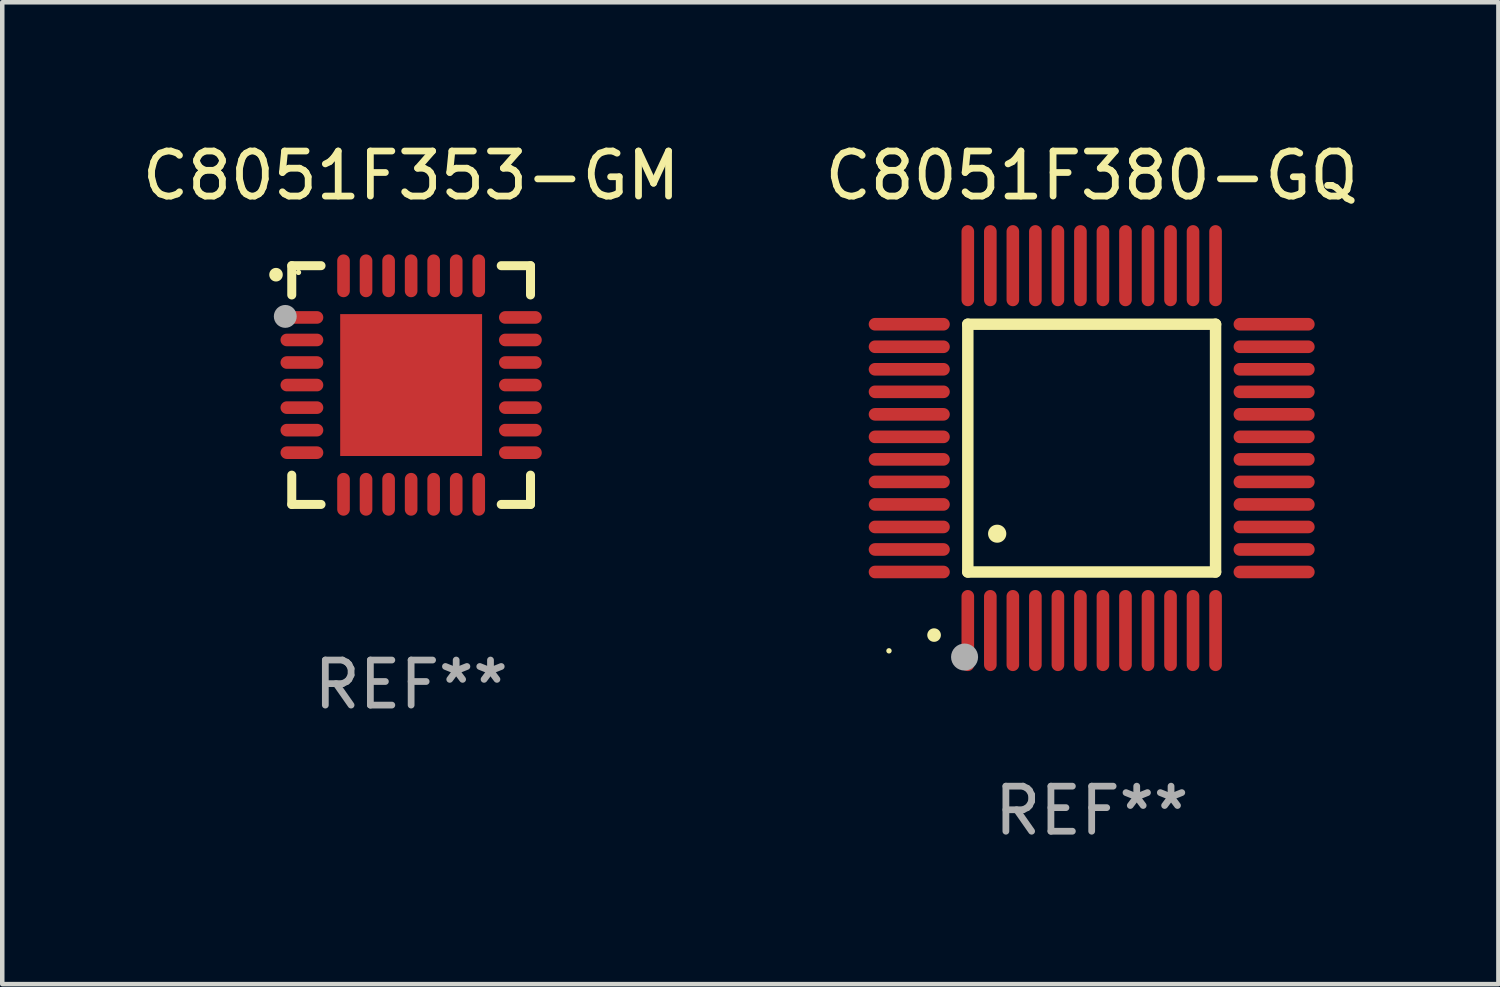
<source format=kicad_pcb>
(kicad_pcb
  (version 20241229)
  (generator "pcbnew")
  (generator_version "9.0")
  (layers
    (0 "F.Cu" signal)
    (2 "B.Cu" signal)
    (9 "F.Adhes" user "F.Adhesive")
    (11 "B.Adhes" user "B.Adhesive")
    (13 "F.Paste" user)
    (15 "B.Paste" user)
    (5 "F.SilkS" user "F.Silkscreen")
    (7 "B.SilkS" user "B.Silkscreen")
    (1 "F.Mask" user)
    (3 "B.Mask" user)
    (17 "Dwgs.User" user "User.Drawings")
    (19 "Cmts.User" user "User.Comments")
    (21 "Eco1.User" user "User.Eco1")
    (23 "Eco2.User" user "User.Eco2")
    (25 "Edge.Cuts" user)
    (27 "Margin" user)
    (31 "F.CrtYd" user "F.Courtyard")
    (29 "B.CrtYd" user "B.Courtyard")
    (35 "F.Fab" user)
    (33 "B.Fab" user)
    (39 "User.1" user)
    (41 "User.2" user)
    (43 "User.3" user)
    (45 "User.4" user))
  (footprint "C8051F380-GQ"
    (layer "F.Cu")
    (at 21.185 6.898)
    (property "Reference" "C8051F380-GQ" (at 0 -6.05 0) (layer "F.SilkS") (effects (font (size 1 1) (thickness 0.15))))
    (attr through_hole)
    (fp_line (start -2.75 -2.75) (end 2.75 -2.75) (stroke (width 0.254) (type solid)) (layer "F.SilkS"))
    (fp_line (start -2.75 2.75) (end -2.75 -2.75) (stroke (width 0.254) (type solid)) (layer "F.SilkS"))
    (fp_line (start 2.75 -2.75) (end 2.75 2.75) (stroke (width 0.254) (type solid)) (layer "F.SilkS"))
    (fp_line (start 2.75 2.75) (end -2.75 2.75) (stroke (width 0.254) (type solid)) (layer "F.SilkS"))
    (fp_arc (start -3.500127 4.150368) (mid -3.498857 4.150363) (end -3.497587 4.150368) (stroke (width 0.3) (type solid)) (layer "F.SilkS"))
    (fp_arc (start -2.100584 1.899924) (mid -2.098044 1.899908) (end -2.095504 1.899924) (stroke (width 0.4) (type solid)) (layer "F.SilkS"))
    (fp_circle (center -4.5 4.5) (end -4.47 4.5) (stroke (width 0.06) (type solid)) (fill no) (layer "F.SilkS"))
    (fp_circle (center -2.822 4.638) (end -2.672 4.638) (stroke (width 0.3) (type solid)) (fill no) (layer "F.Fab"))
    (fp_text user "REF**" (at 0 8.05 0) (layer "F.Fab") (effects (font (size 1 1) (thickness 0.15))))
    (pad "1" smd oval (at -2.75 4.05) (size 0.28 1.8) (layers "F.Cu" "F.Mask" "F.Paste"))
    (pad "2" smd oval (at -2.25 4.05) (size 0.28 1.8) (layers "F.Cu" "F.Mask" "F.Paste"))
    (pad "3" smd oval (at -1.75 4.05) (size 0.28 1.8) (layers "F.Cu" "F.Mask" "F.Paste"))
    (pad "4" smd oval (at -1.25 4.05) (size 0.28 1.8) (layers "F.Cu" "F.Mask" "F.Paste"))
    (pad "5" smd oval (at -0.75 4.05) (size 0.28 1.8) (layers "F.Cu" "F.Mask" "F.Paste"))
    (pad "6" smd oval (at -0.25 4.05) (size 0.28 1.8) (layers "F.Cu" "F.Mask" "F.Paste"))
    (pad "7" smd oval (at 0.25 4.05) (size 0.28 1.8) (layers "F.Cu" "F.Mask" "F.Paste"))
    (pad "8" smd oval (at 0.75 4.05) (size 0.28 1.8) (layers "F.Cu" "F.Mask" "F.Paste"))
    (pad "9" smd oval (at 1.25 4.05) (size 0.28 1.8) (layers "F.Cu" "F.Mask" "F.Paste"))
    (pad "10" smd oval (at 1.75 4.05) (size 0.28 1.8) (layers "F.Cu" "F.Mask" "F.Paste"))
    (pad "11" smd oval (at 2.25 4.05) (size 0.28 1.8) (layers "F.Cu" "F.Mask" "F.Paste"))
    (pad "12" smd oval (at 2.75 4.05) (size 0.28 1.8) (layers "F.Cu" "F.Mask" "F.Paste"))
    (pad "13" smd oval (at 4.05 2.75) (size 1.8 0.28) (layers "F.Cu" "F.Mask" "F.Paste"))
    (pad "14" smd oval (at 4.05 2.25) (size 1.8 0.28) (layers "F.Cu" "F.Mask" "F.Paste"))
    (pad "15" smd oval (at 4.05 1.75) (size 1.8 0.28) (layers "F.Cu" "F.Mask" "F.Paste"))
    (pad "16" smd oval (at 4.05 1.25) (size 1.8 0.28) (layers "F.Cu" "F.Mask" "F.Paste"))
    (pad "17" smd oval (at 4.05 0.75) (size 1.8 0.28) (layers "F.Cu" "F.Mask" "F.Paste"))
    (pad "18" smd oval (at 4.05 0.25) (size 1.8 0.28) (layers "F.Cu" "F.Mask" "F.Paste"))
    (pad "19" smd oval (at 4.05 -0.25) (size 1.8 0.28) (layers "F.Cu" "F.Mask" "F.Paste"))
    (pad "20" smd oval (at 4.05 -0.75) (size 1.8 0.28) (layers "F.Cu" "F.Mask" "F.Paste"))
    (pad "21" smd oval (at 4.05 -1.25) (size 1.8 0.28) (layers "F.Cu" "F.Mask" "F.Paste"))
    (pad "22" smd oval (at 4.05 -1.75) (size 1.8 0.28) (layers "F.Cu" "F.Mask" "F.Paste"))
    (pad "23" smd oval (at 4.05 -2.25) (size 1.8 0.28) (layers "F.Cu" "F.Mask" "F.Paste"))
    (pad "24" smd oval (at 4.05 -2.75) (size 1.8 0.28) (layers "F.Cu" "F.Mask" "F.Paste"))
    (pad "25" smd oval (at 2.75 -4.05) (size 0.28 1.8) (layers "F.Cu" "F.Mask" "F.Paste"))
    (pad "26" smd oval (at 2.25 -4.05) (size 0.28 1.8) (layers "F.Cu" "F.Mask" "F.Paste"))
    (pad "27" smd oval (at 1.75 -4.05) (size 0.28 1.8) (layers "F.Cu" "F.Mask" "F.Paste"))
    (pad "28" smd oval (at 1.25 -4.05) (size 0.28 1.8) (layers "F.Cu" "F.Mask" "F.Paste"))
    (pad "29" smd oval (at 0.75 -4.05) (size 0.28 1.8) (layers "F.Cu" "F.Mask" "F.Paste"))
    (pad "30" smd oval (at 0.25 -4.05) (size 0.28 1.8) (layers "F.Cu" "F.Mask" "F.Paste"))
    (pad "31" smd oval (at -0.25 -4.05) (size 0.28 1.8) (layers "F.Cu" "F.Mask" "F.Paste"))
    (pad "32" smd oval (at -0.75 -4.05) (size 0.28 1.8) (layers "F.Cu" "F.Mask" "F.Paste"))
    (pad "33" smd oval (at -1.25 -4.05) (size 0.28 1.8) (layers "F.Cu" "F.Mask" "F.Paste"))
    (pad "34" smd oval (at -1.75 -4.05) (size 0.28 1.8) (layers "F.Cu" "F.Mask" "F.Paste"))
    (pad "35" smd oval (at -2.25 -4.05) (size 0.28 1.8) (layers "F.Cu" "F.Mask" "F.Paste"))
    (pad "36" smd oval (at -2.75 -4.05) (size 0.28 1.8) (layers "F.Cu" "F.Mask" "F.Paste"))
    (pad "37" smd oval (at -4.05 -2.75) (size 1.8 0.28) (layers "F.Cu" "F.Mask" "F.Paste"))
    (pad "38" smd oval (at -4.05 -2.25) (size 1.8 0.28) (layers "F.Cu" "F.Mask" "F.Paste"))
    (pad "39" smd oval (at -4.05 -1.75) (size 1.8 0.28) (layers "F.Cu" "F.Mask" "F.Paste"))
    (pad "40" smd oval (at -4.05 -1.25) (size 1.8 0.28) (layers "F.Cu" "F.Mask" "F.Paste"))
    (pad "41" smd oval (at -4.05 -0.75) (size 1.8 0.28) (layers "F.Cu" "F.Mask" "F.Paste"))
    (pad "42" smd oval (at -4.05 -0.25) (size 1.8 0.28) (layers "F.Cu" "F.Mask" "F.Paste"))
    (pad "43" smd oval (at -4.05 0.25) (size 1.8 0.28) (layers "F.Cu" "F.Mask" "F.Paste"))
    (pad "44" smd oval (at -4.05 0.75) (size 1.8 0.28) (layers "F.Cu" "F.Mask" "F.Paste"))
    (pad "45" smd oval (at -4.05 1.25) (size 1.8 0.28) (layers "F.Cu" "F.Mask" "F.Paste"))
    (pad "46" smd oval (at -4.05 1.75) (size 1.8 0.28) (layers "F.Cu" "F.Mask" "F.Paste"))
    (pad "47" smd oval (at -4.05 2.25) (size 1.8 0.28) (layers "F.Cu" "F.Mask" "F.Paste"))
    (pad "48" smd oval (at -4.05 2.75) (size 1.8 0.28) (layers "F.Cu" "F.Mask" "F.Paste")))
  (footprint "C8051F353-GM"
    (layer "F.Cu")
    (at 6.077 5.498)
    (property "Reference" "C8051F353-GM" (at 0 -4.65 0) (layer "F.SilkS") (effects (font (size 1 1) (thickness 0.15))))
    (attr through_hole)
    (fp_line (start -2.65 -2.65) (end -2 -2.65) (stroke (width 0.2) (type solid)) (layer "F.SilkS"))
    (fp_line (start -2.65 -2) (end -2.65 -2.65) (stroke (width 0.2) (type solid)) (layer "F.SilkS"))
    (fp_line (start -2.65 2) (end -2.65 2.65) (stroke (width 0.2) (type solid)) (layer "F.SilkS"))
    (fp_line (start -2.65 2.65) (end -2 2.65) (stroke (width 0.2) (type solid)) (layer "F.SilkS"))
    (fp_line (start 2 2.65) (end 2.65 2.65) (stroke (width 0.2) (type solid)) (layer "F.SilkS"))
    (fp_line (start 2.65 -2.65) (end 2 -2.65) (stroke (width 0.2) (type solid)) (layer "F.SilkS"))
    (fp_line (start 2.65 -2) (end 2.65 -2.65) (stroke (width 0.2) (type solid)) (layer "F.SilkS"))
    (fp_line (start 2.65 2.65) (end 2.65 2) (stroke (width 0.2) (type solid)) (layer "F.SilkS"))
    (fp_arc (start -2.999746 -2.448565) (mid -2.999751 -2.449835) (end -2.999746 -2.451105) (stroke (width 0.3) (type solid)) (layer "F.SilkS"))
    (fp_circle (center -2.501 -2.501) (end -2.471 -2.501) (stroke (width 0.06) (type solid)) (fill no) (layer "F.SilkS"))
    (fp_circle (center -2.794 -1.524) (end -2.667 -1.524) (stroke (width 0.254) (type solid)) (fill no) (layer "F.Fab"))
    (fp_text user "REF**" (at 0 6.65 0) (layer "F.Fab") (effects (font (size 1 1) (thickness 0.15))))
    (pad "1" smd oval (at -2.425 -1.501) (size 0.95 0.28) (layers "F.Cu" "F.Mask" "F.Paste"))
    (pad "2" smd oval (at -2.425 -1.001) (size 0.95 0.28) (layers "F.Cu" "F.Mask" "F.Paste"))
    (pad "3" smd oval (at -2.425 -0.5) (size 0.95 0.28) (layers "F.Cu" "F.Mask" "F.Paste"))
    (pad "4" smd oval (at -2.425 0.000127) (size 0.95 0.28) (layers "F.Cu" "F.Mask" "F.Paste"))
    (pad "5" smd oval (at -2.425 0.501) (size 0.95 0.28) (layers "F.Cu" "F.Mask" "F.Paste"))
    (pad "6" smd oval (at -2.425 1.001) (size 0.95 0.28) (layers "F.Cu" "F.Mask" "F.Paste"))
    (pad "7" smd oval (at -2.425 1.501) (size 0.95 0.28) (layers "F.Cu" "F.Mask" "F.Paste"))
    (pad "8" smd oval (at -1.501 2.425) (size 0.28 0.95) (layers "F.Cu" "F.Mask" "F.Paste"))
    (pad "9" smd oval (at -1.001 2.425) (size 0.28 0.95) (layers "F.Cu" "F.Mask" "F.Paste"))
    (pad "10" smd oval (at -0.5 2.425) (size 0.28 0.95) (layers "F.Cu" "F.Mask" "F.Paste"))
    (pad "11" smd oval (at 0.000025 2.425) (size 0.28 0.95) (layers "F.Cu" "F.Mask" "F.Paste"))
    (pad "12" smd oval (at 0.5 2.425) (size 0.28 0.95) (layers "F.Cu" "F.Mask" "F.Paste"))
    (pad "13" smd oval (at 1.001 2.425) (size 0.28 0.95) (layers "F.Cu" "F.Mask" "F.Paste"))
    (pad "14" smd oval (at 1.501 2.425) (size 0.28 0.95) (layers "F.Cu" "F.Mask" "F.Paste"))
    (pad "15" smd oval (at 2.425 1.501) (size 0.95 0.28) (layers "F.Cu" "F.Mask" "F.Paste"))
    (pad "16" smd oval (at 2.425 1.001) (size 0.95 0.28) (layers "F.Cu" "F.Mask" "F.Paste"))
    (pad "17" smd oval (at 2.425 0.501) (size 0.95 0.28) (layers "F.Cu" "F.Mask" "F.Paste"))
    (pad "18" smd oval (at 2.425 0.000127) (size 0.95 0.28) (layers "F.Cu" "F.Mask" "F.Paste"))
    (pad "19" smd oval (at 2.425 -0.5) (size 0.95 0.28) (layers "F.Cu" "F.Mask" "F.Paste"))
    (pad "20" smd oval (at 2.425 -1.001) (size 0.95 0.28) (layers "F.Cu" "F.Mask" "F.Paste"))
    (pad "21" smd oval (at 2.425 -1.501) (size 0.95 0.28) (layers "F.Cu" "F.Mask" "F.Paste"))
    (pad "22" smd oval (at 1.501 -2.425) (size 0.28 0.95) (layers "F.Cu" "F.Mask" "F.Paste"))
    (pad "23" smd oval (at 1.001 -2.425) (size 0.28 0.95) (layers "F.Cu" "F.Mask" "F.Paste"))
    (pad "24" smd oval (at 0.5 -2.425) (size 0.28 0.95) (layers "F.Cu" "F.Mask" "F.Paste"))
    (pad "25" smd oval (at 0.000025 -2.425) (size 0.28 0.95) (layers "F.Cu" "F.Mask" "F.Paste"))
    (pad "26" smd oval (at -0.5 -2.425) (size 0.28 0.95) (layers "F.Cu" "F.Mask" "F.Paste"))
    (pad "27" smd oval (at -1.001 -2.425) (size 0.28 0.95) (layers "F.Cu" "F.Mask" "F.Paste"))
    (pad "28" smd oval (at -1.501 -2.425) (size 0.28 0.95) (layers "F.Cu" "F.Mask" "F.Paste"))
    (pad "29" smd rect (at 0.000025 0.000127) (size 3.15 3.15) (layers "F.Cu" "F.Mask" "F.Paste")))
  (gr_rect
    (start -3 -3)
    (end 30.214 18.797)
    (stroke (width 0.1) (type default))
    (fill no)
    (layer "Edge.Cuts")))
</source>
